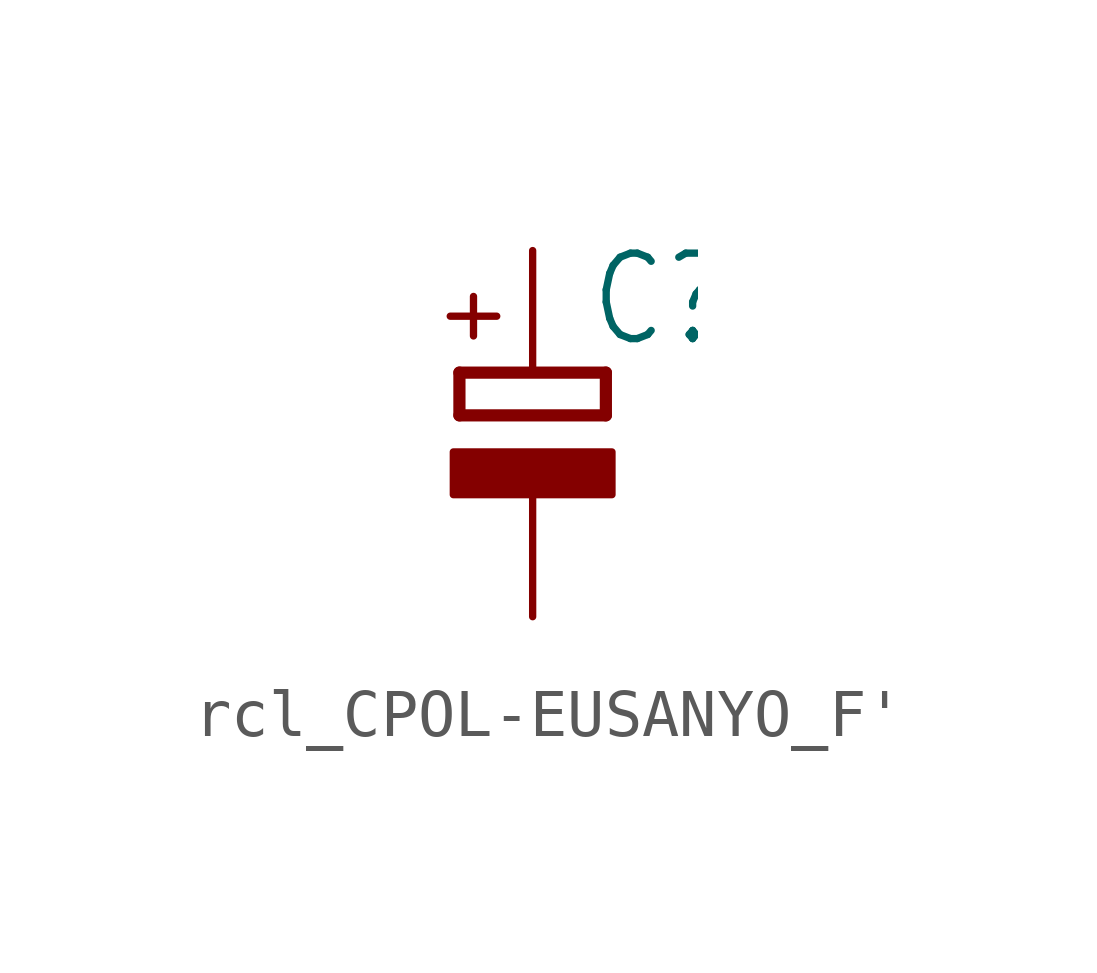
<source format=kicad_sym>
(kicad_symbol_lib
  (version 20241209)
  (generator "kicad_symbol_editor")
  (generator_version "9.0")
  (symbol "rcl_CPOL-EUSANYO_F'"
    (property "Reference" "C"
      (at 1.143 0.483 0)
      (effects (font (size 1.778 1.511)) (justify left bottom)))
    (property "Value" ""
      (at 1.143 -4.597 0)
      (effects (font (size 1.778 1.511)) (justify left bottom)))
    (property "ki_locked" ""
      (at 0 0 0)
      (effects (font (size 1.27 1.27))))
    (symbol "rcl_CPOL-EUSANYO_F'_1_0"
      (rectangle (start -1.651 -2.54) (end 1.651 -1.651) (stroke (width 0) (type default)) (fill (type outline)))
      (polyline (pts (xy -1.524 0) (xy -1.524 -0.889)) (stroke (width 0.254) (type solid)) (fill (type none)))
      (polyline (pts (xy -1.524 0) (xy 1.524 0)) (stroke (width 0.254) (type solid)) (fill (type none)))
      (polyline (pts (xy -1.524 -0.889) (xy 1.524 -0.889)) (stroke (width 0.254) (type solid)) (fill (type none)))
      (polyline (pts (xy 1.524 -0.889) (xy 1.524 0)) (stroke (width 0.254) (type solid)) (fill (type none)))
      (text "+" (at -0.584 0.406 900) (effects (font (size 1.27 1.079)) (justify left bottom)))
      (pin passive line (at 0 2.54 270) (length 2.54) (name "+" (effects (font (size 0 0)))) (number "+" (effects (font (size 0 0)))))
      (pin passive line (at 0 -5.08 90) (length 2.54) (name "-" (effects (font (size 0 0)))) (number "-" (effects (font (size 0 0))))))))
</source>
